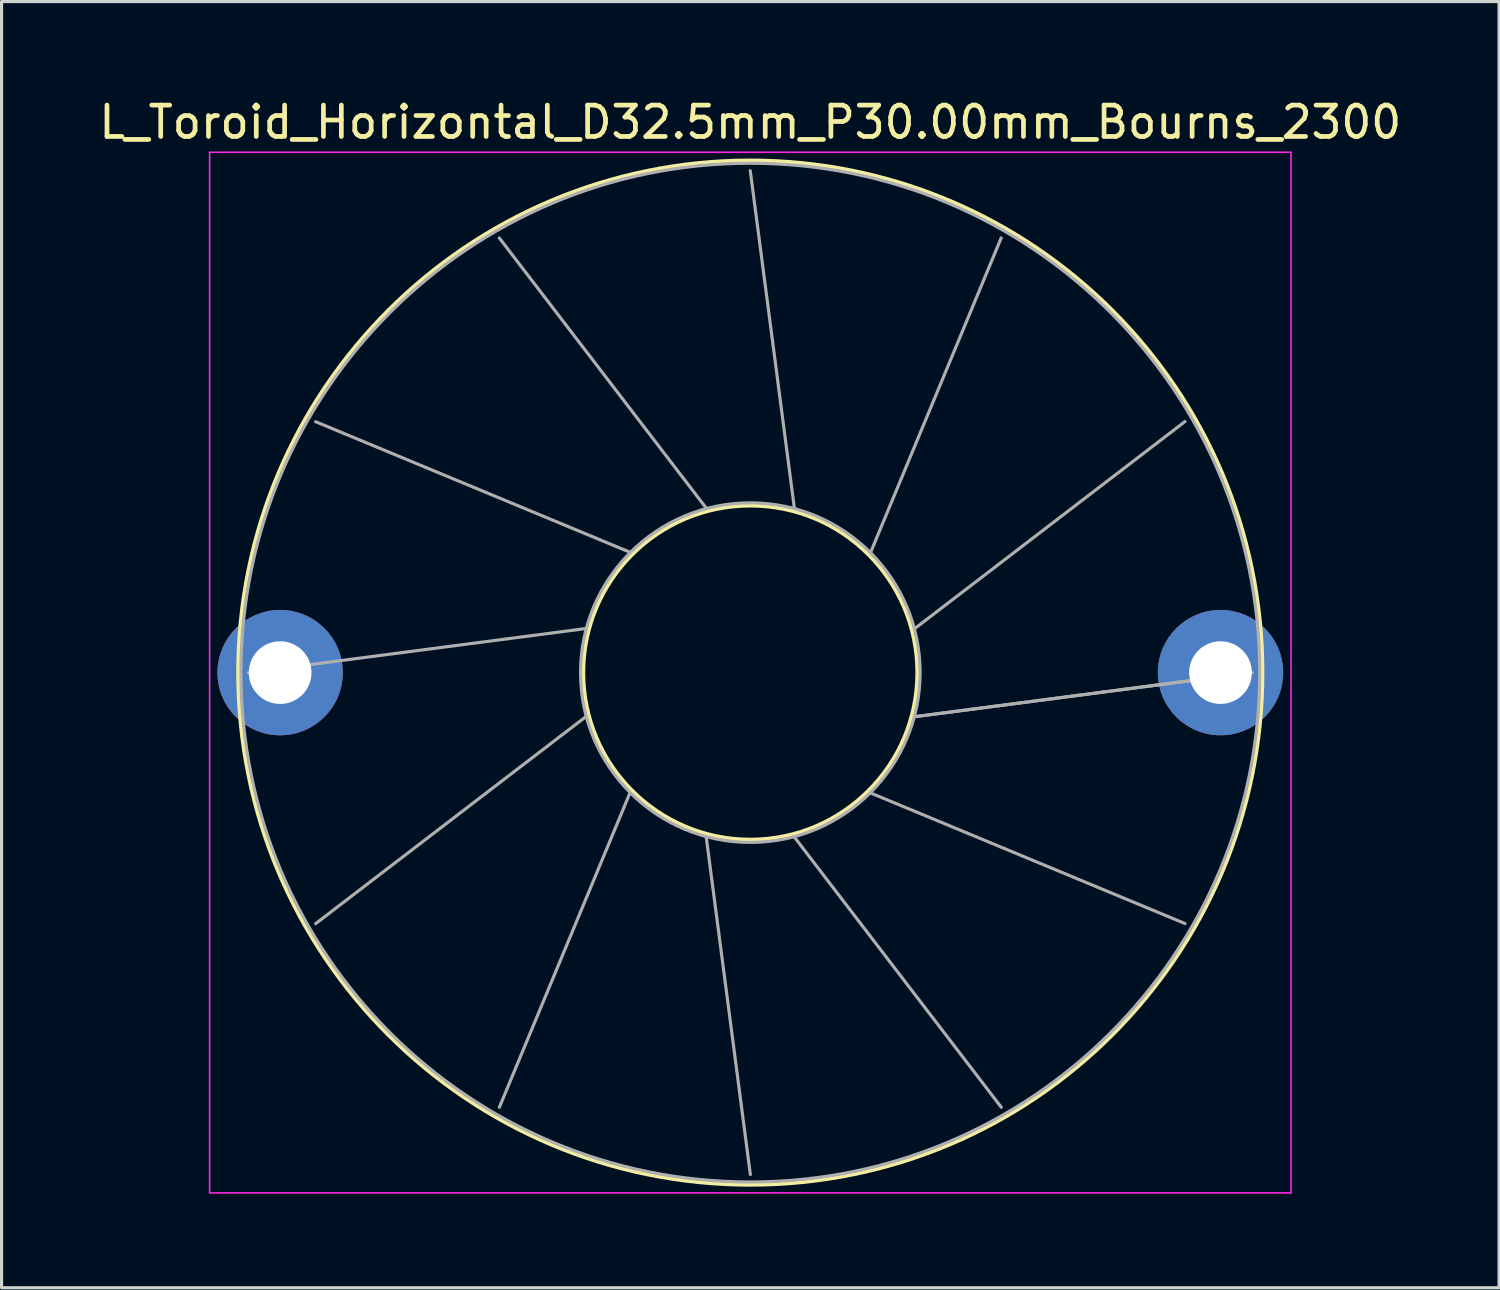
<source format=kicad_pcb>
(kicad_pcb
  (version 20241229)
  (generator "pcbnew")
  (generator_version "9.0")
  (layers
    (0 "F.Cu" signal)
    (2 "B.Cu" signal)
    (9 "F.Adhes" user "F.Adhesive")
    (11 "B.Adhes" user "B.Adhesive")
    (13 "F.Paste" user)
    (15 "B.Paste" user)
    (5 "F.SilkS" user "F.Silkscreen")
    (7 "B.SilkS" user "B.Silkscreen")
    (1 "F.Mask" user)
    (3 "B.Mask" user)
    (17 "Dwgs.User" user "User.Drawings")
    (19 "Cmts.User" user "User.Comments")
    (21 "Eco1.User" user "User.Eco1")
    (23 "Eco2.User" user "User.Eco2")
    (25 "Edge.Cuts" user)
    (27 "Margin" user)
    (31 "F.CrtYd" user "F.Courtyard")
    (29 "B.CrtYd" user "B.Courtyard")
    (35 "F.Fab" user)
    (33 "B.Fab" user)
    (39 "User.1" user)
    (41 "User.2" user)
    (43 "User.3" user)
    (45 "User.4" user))
  (footprint "L_Toroid_Horizontal_D32.5mm_P30.00mm_Bourns_2300"
    (layer "F.Cu")
    (at 5.887 18.408)
    (property "Reference" "L_Toroid_Horizontal_D32.5mm_P30.00mm_Bourns_2300" (at 15 -17.56 0) (layer "F.SilkS") (effects (font (size 1 1) (thickness 0.15))))
    (attr through_hole)
    (fp_circle (center 15 0) (end 20.327 0) (stroke (width 0.12) (type solid)) (fill no) (layer "F.SilkS"))
    (fp_circle (center 15 0) (end 31.34 0) (stroke (width 0.12) (type solid)) (fill no) (layer "F.SilkS"))
    (fp_line (start -2.25 -16.6) (end -2.25 16.6) (stroke (width 0.05) (type solid)) (layer "F.CrtYd"))
    (fp_line (start -2.25 16.6) (end 32.25 16.6) (stroke (width 0.05) (type solid)) (layer "F.CrtYd"))
    (fp_line (start 32.25 -16.6) (end -2.25 -16.6) (stroke (width 0.05) (type solid)) (layer "F.CrtYd"))
    (fp_line (start 32.25 16.6) (end 32.25 -16.6) (stroke (width 0.05) (type solid)) (layer "F.CrtYd"))
    (fp_line (start -1.013 0.001) (end 9.752 -1.406) (stroke (width 0.1) (type solid)) (layer "F.Fab"))
    (fp_line (start 1.131 -8.005) (end 11.158 -3.841) (stroke (width 0.1) (type solid)) (layer "F.Fab"))
    (fp_line (start 1.133 8.008) (end 9.752 1.407) (stroke (width 0.1) (type solid)) (layer "F.Fab"))
    (fp_line (start 6.992 -13.867) (end 13.593 -5.248) (stroke (width 0.1) (type solid)) (layer "F.Fab"))
    (fp_line (start 6.994 13.868) (end 11.158 3.842) (stroke (width 0.1) (type solid)) (layer "F.Fab"))
    (fp_line (start 14.998 -16.013) (end 16.405 -5.248) (stroke (width 0.1) (type solid)) (layer "F.Fab"))
    (fp_line (start 15.001 16.013) (end 13.594 5.248) (stroke (width 0.1) (type solid)) (layer "F.Fab"))
    (fp_line (start 23.004 -13.869) (end 18.841 -3.842) (stroke (width 0.1) (type solid)) (layer "F.Fab"))
    (fp_line (start 23.007 13.868) (end 16.406 5.248) (stroke (width 0.1) (type solid)) (layer "F.Fab"))
    (fp_line (start 28.866 -8.009) (end 20.248 -1.407) (stroke (width 0.1) (type solid)) (layer "F.Fab"))
    (fp_line (start 28.868 8.006) (end 18.842 3.842) (stroke (width 0.1) (type solid)) (layer "F.Fab"))
    (fp_line (start 31.013 -0.003) (end 20.248 1.405) (stroke (width 0.1) (type solid)) (layer "F.Fab"))
    (fp_line (start 31.013 0) (end 20.248 1.406) (stroke (width 0.1) (type solid)) (layer "F.Fab"))
    (fp_circle (center 15 0) (end 20.417 0) (stroke (width 0.1) (type solid)) (fill no) (layer "F.Fab"))
    (fp_circle (center 15 0) (end 31.25 0) (stroke (width 0.1) (type solid)) (fill no) (layer "F.Fab"))
    (pad "1" thru_hole circle (at 0 0) (size 4 4) (drill 2) (layers "*.Cu" "*.Mask"))
    (pad "2" thru_hole circle (at 30 0) (size 4 4) (drill 2) (layers "*.Cu" "*.Mask")))
  (gr_rect
    (start -3 -3)
    (end 44.774 38.033)
    (stroke (width 0.1) (type default))
    (fill no)
    (layer "Edge.Cuts")))
</source>
